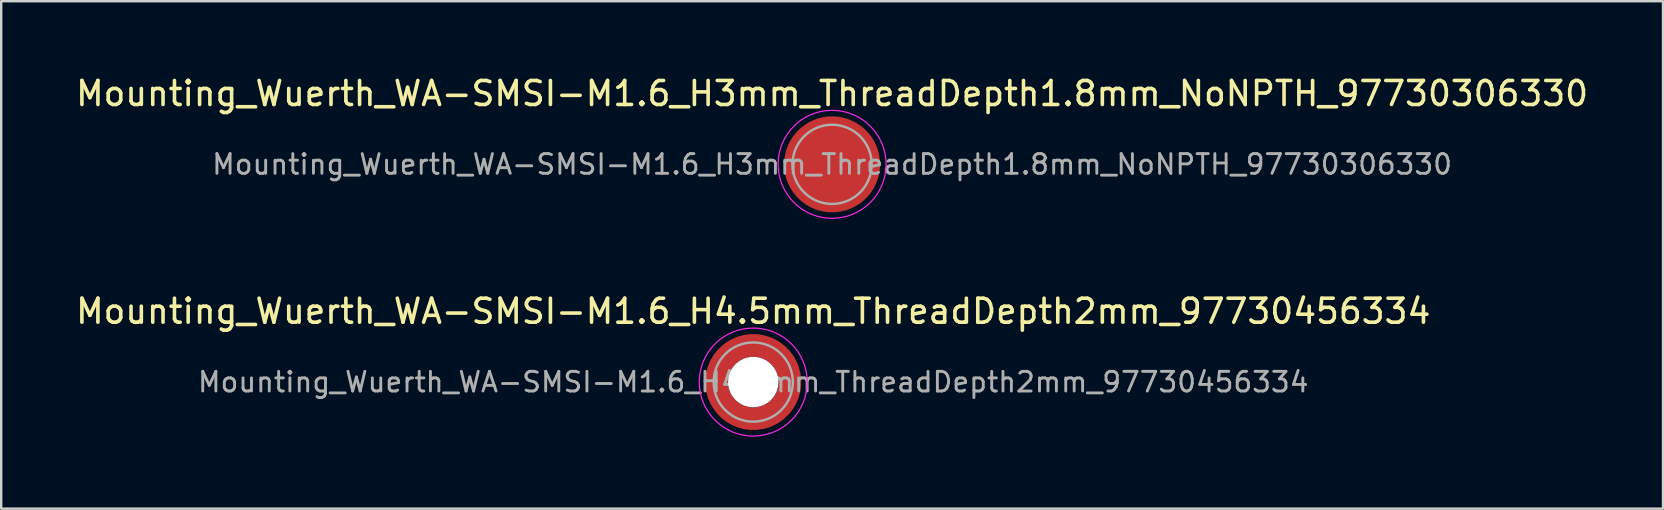
<source format=kicad_pcb>
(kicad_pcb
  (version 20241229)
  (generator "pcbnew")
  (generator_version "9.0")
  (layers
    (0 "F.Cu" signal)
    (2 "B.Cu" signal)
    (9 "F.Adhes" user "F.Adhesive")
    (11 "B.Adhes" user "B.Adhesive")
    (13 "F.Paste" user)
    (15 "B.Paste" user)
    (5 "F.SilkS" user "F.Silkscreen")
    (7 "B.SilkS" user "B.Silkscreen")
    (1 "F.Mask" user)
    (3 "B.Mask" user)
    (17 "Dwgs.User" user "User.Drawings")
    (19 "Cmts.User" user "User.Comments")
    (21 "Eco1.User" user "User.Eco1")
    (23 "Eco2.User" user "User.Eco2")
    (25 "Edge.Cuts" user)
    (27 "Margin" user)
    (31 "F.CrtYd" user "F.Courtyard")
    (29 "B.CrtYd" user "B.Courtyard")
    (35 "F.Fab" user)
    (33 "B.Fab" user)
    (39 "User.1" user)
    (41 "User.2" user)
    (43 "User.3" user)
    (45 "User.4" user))
  (footprint "Mounting_Wuerth_WA-SMSI-M1.6_H4.5mm_ThreadDepth2mm_97730456334"
    (layer "F.Cu")
    (at 28.339 12.871)
    (property "Reference" "Mounting_Wuerth_WA-SMSI-M1.6_H4.5mm_ThreadDepth2mm_97730456334" (at 0 -2.95 0) (layer "F.SilkS") (effects (font (size 1 1) (thickness 0.15))))
    (property "Mouser Part no." "" (at 0 0 0) (layer "F.Fab") (effects (font (size 1.27 1.27) (thickness 0.15))))
    (property "Mouser link" "" (at 0 0 0) (layer "F.Fab") (effects (font (size 1.27 1.27) (thickness 0.15))))
    (attr smd)
    (fp_circle (center 0 0) (end 2.25 0) (stroke (width 0.05) (type solid)) (fill no) (layer "F.CrtYd"))
    (fp_circle (center 0 0) (end 1.65 0) (stroke (width 0.1) (type solid)) (fill no) (layer "F.Fab"))
    (fp_text user "${REFERENCE}" (at 0 0 0) (layer "F.Fab") (effects (font (size 0.82 0.82) (thickness 0.12))))
    (pad "" smd custom (at -1.061 -1.061) (size 0.4 0.4) (layers "F.Paste") (options (anchor circle)) (primitives (gr_arc (start -0.101235 0.76066) (mid 0.211799 0.212465) (end 0.759748 -0.100999) (width 0.2)) (gr_arc (start -0.204251 0.76066) (mid 0.141299 0.141544) (end 0.760323 -0.204171) (width 0.2)) (gr_arc (start -0.306819 0.76066) (mid 0.070255 0.071167) (end 0.759401 -0.306542) (width 0.2)) (gr_arc (start -0.409034 0.76066) (mid -0.000242 0.000241) (end 0.759991 -0.408897) (width 0.2)) (gr_arc (start -0.510963 0.76066) (mid -0.071561 -0.06986) (end 0.758297 -0.51051) (width 0.2)) (gr_arc (start -0.61266 0.76066) (mid -0.142171 -0.140671) (end 0.758572 -0.612284) (width 0.2)) (gr_arc (start -0.714164 0.76066) (mid -0.212264 -0.212) (end 0.760292 -0.714102) (width 0.2)) (gr_line (start 0.761 -0.101) (end 0.761 -0.714) (width 0.2)) (gr_line (start -0.101 0.761) (end -0.714 0.761) (width 0.2))))
    (pad "" smd custom (at -1.061 1.061) (size 0.4 0.4) (layers "F.Paste") (options (anchor circle)) (primitives (gr_arc (start 0.76066 0.101235) (mid 0.212465 -0.211799) (end -0.100999 -0.759748) (width 0.2)) (gr_arc (start 0.76066 0.204251) (mid 0.141544 -0.141299) (end -0.204171 -0.760323) (width 0.2)) (gr_arc (start 0.76066 0.306819) (mid 0.071167 -0.070255) (end -0.306542 -0.759401) (width 0.2)) (gr_arc (start 0.76066 0.409034) (mid 0.000241 0.000242) (end -0.408897 -0.759991) (width 0.2)) (gr_arc (start 0.76066 0.510963) (mid -0.06986 0.071561) (end -0.51051 -0.758297) (width 0.2)) (gr_arc (start 0.76066 0.61266) (mid -0.140671 0.142171) (end -0.612284 -0.758572) (width 0.2)) (gr_arc (start 0.76066 0.714164) (mid -0.212 0.212264) (end -0.714102 -0.760292) (width 0.2)) (gr_line (start -0.101 -0.761) (end -0.714 -0.761) (width 0.2)) (gr_line (start 0.761 0.101) (end 0.761 0.714) (width 0.2))))
    (pad "" np_thru_hole circle (at 0 0) (size 2.1 2.1) (drill 2.1) (layers "*.Cu" "*.Mask"))
    (pad "" smd custom (at 1.061 -1.061) (size 0.4 0.4) (layers "F.Paste") (options (anchor circle)) (primitives (gr_arc (start -0.76066 -0.101235) (mid -0.212465 0.211799) (end 0.100999 0.759748) (width 0.2)) (gr_arc (start -0.76066 -0.204251) (mid -0.141544 0.141299) (end 0.204171 0.760323) (width 0.2)) (gr_arc (start -0.76066 -0.306819) (mid -0.071167 0.070255) (end 0.306542 0.759401) (width 0.2)) (gr_arc (start -0.76066 -0.409034) (mid -0.000241 -0.000242) (end 0.408897 0.759991) (width 0.2)) (gr_arc (start -0.76066 -0.510963) (mid 0.06986 -0.071561) (end 0.51051 0.758297) (width 0.2)) (gr_arc (start -0.76066 -0.61266) (mid 0.140671 -0.142171) (end 0.612284 0.758572) (width 0.2)) (gr_arc (start -0.76066 -0.714164) (mid 0.212 -0.212264) (end 0.714102 0.760292) (width 0.2)) (gr_line (start 0.101 0.761) (end 0.714 0.761) (width 0.2)) (gr_line (start -0.761 -0.101) (end -0.761 -0.714) (width 0.2))))
    (pad "" smd custom (at 1.061 1.061) (size 0.4 0.4) (layers "F.Paste") (options (anchor circle)) (primitives (gr_arc (start 0.101235 -0.76066) (mid -0.211799 -0.212465) (end -0.759748 0.100999) (width 0.2)) (gr_arc (start 0.204251 -0.76066) (mid -0.141299 -0.141544) (end -0.760323 0.204171) (width 0.2)) (gr_arc (start 0.306819 -0.76066) (mid -0.070255 -0.071167) (end -0.759401 0.306542) (width 0.2)) (gr_arc (start 0.409034 -0.76066) (mid 0.000242 -0.000241) (end -0.759991 0.408897) (width 0.2)) (gr_arc (start 0.510963 -0.76066) (mid 0.071561 0.06986) (end -0.758297 0.51051) (width 0.2)) (gr_arc (start 0.61266 -0.76066) (mid 0.142171 0.140671) (end -0.758572 0.612284) (width 0.2)) (gr_arc (start 0.714164 -0.76066) (mid 0.212264 0.212) (end -0.760292 0.714102) (width 0.2)) (gr_line (start -0.761 0.101) (end -0.761 0.714) (width 0.2)) (gr_line (start 0.101 -0.761) (end 0.714 -0.761) (width 0.2))))
    (pad "1" smd circle (at -1.525 0) (size 0.55 0.55) (layers "F.Cu"))
    (pad "1" smd circle (at 0 -1.525) (size 0.55 0.55) (layers "F.Cu"))
    (pad "1" smd circle (at 0 1.525) (size 0.55 0.55) (layers "F.Cu"))
    (pad "1" smd custom (at 1.525 0) (size 0.55 0.55) (layers "F.Cu" "F.Mask") (options (anchor circle)) (primitives (gr_circle (center -1.525 0) (end 0 0) (width 0.95) (fill no)))))
  (footprint "Mounting_Wuerth_WA-SMSI-M1.6_H3mm_ThreadDepth1.8mm_NoNPTH_97730306330"
    (layer "F.Cu")
    (at 31.625 3.798)
    (property "Reference" "Mounting_Wuerth_WA-SMSI-M1.6_H3mm_ThreadDepth1.8mm_NoNPTH_97730306330" (at 0 -2.95 0) (layer "F.SilkS") (effects (font (size 1 1) (thickness 0.15))))
    (property "Mouser Part no." "" (at 0 0 0) (layer "F.Fab") (effects (font (size 1.27 1.27) (thickness 0.15))))
    (property "Mouser link" "" (at 0 0 0) (layer "F.Fab") (effects (font (size 1.27 1.27) (thickness 0.15))))
    (attr smd)
    (fp_circle (center 0 0) (end 2.25 0) (stroke (width 0.05) (type solid)) (fill no) (layer "F.CrtYd"))
    (fp_circle (center 0 0) (end 1.65 0) (stroke (width 0.1) (type solid)) (fill no) (layer "F.Fab"))
    (fp_text user "${REFERENCE}" (at 0 0 0) (layer "F.Fab") (effects (font (size 0.82 0.82) (thickness 0.12))))
    (pad "" smd custom (at -0.778 -0.778) (size 1.2 1.2) (layers "F.Paste") (options (anchor circle)) (primitives (gr_arc (start 0.465568 0.527817) (mid 0.494887 0.495062) (end 0.527624 0.465723) (width 0.2)) (gr_arc (start 0.344805 0.527817) (mid 0.424264 0.424264) (end 0.527818 0.344805) (width 0.2)) (gr_arc (start 0.232382 0.527817) (mid 0.353364 0.353743) (end 0.527329 0.232606) (width 0.2)) (gr_arc (start 0.123983 0.527817) (mid 0.282626 0.28306) (end 0.527243 0.124203) (width 0.2)) (gr_arc (start 0.017883 0.527817) (mid 0.211737 0.212527) (end 0.526755 0.018233) (width 0.2)) (gr_arc (start -0.086763 0.527817) (mid 0.141173 0.14167) (end 0.527142 -0.086568) (width 0.2)) (gr_arc (start -0.190428 0.527817) (mid 0.070433 0.070988) (end 0.527057 -0.190232) (width 0.2)) (gr_arc (start -0.293397 0.527817) (mid -0.000182 0.000182) (end 0.527315 -0.29328) (width 0.2)) (gr_arc (start -0.395852 0.527817) (mid -0.071085 -0.070336) (end 0.526781 -0.395631) (width 0.2)) (gr_arc (start -0.497918 0.527817) (mid -0.141622 -0.141221) (end 0.52726 -0.497809) (width 0.2)) (gr_arc (start -0.59968 0.527817) (mid -0.212364 -0.2119) (end 0.527171 -0.599563) (width 0.2)) (gr_arc (start -0.701202 0.527817) (mid -0.282952 -0.282733) (end 0.527511 -0.70115) (width 0.2)) (gr_arc (start -0.802531 0.527817) (mid -0.353765 -0.353343) (end 0.527227 -0.802438) (width 0.2)) (gr_arc (start -0.9037 0.527817) (mid -0.425176 -0.423352) (end 0.525265 -0.903319) (width 0.2)) (gr_arc (start -1.004737 0.527817) (mid -0.49534 -0.49461) (end 0.526794 -1.004593) (width 0.2)) (gr_line (start 0.528 0.466) (end 0.528 -1.005) (width 0.2)) (gr_line (start 0.466 0.528) (end -1.005 0.528) (width 0.2))))
    (pad "" smd custom (at -0.778 0.778) (size 1.2 1.2) (layers "F.Paste") (options (anchor circle)) (primitives (gr_arc (start 0.527817 -0.465568) (mid 0.495062 -0.494887) (end 0.465723 -0.527624) (width 0.2)) (gr_arc (start 0.527817 -0.344805) (mid 0.424264 -0.424264) (end 0.344805 -0.527818) (width 0.2)) (gr_arc (start 0.527817 -0.232382) (mid 0.353743 -0.353364) (end 0.232606 -0.527329) (width 0.2)) (gr_arc (start 0.527817 -0.123983) (mid 0.28306 -0.282626) (end 0.124203 -0.527243) (width 0.2)) (gr_arc (start 0.527817 -0.017883) (mid 0.212527 -0.211737) (end 0.018233 -0.526755) (width 0.2)) (gr_arc (start 0.527817 0.086763) (mid 0.14167 -0.141173) (end -0.086568 -0.527142) (width 0.2)) (gr_arc (start 0.527817 0.190428) (mid 0.070988 -0.070433) (end -0.190232 -0.527057) (width 0.2)) (gr_arc (start 0.527817 0.293397) (mid 0.000182 0.000182) (end -0.29328 -0.527315) (width 0.2)) (gr_arc (start 0.527817 0.395852) (mid -0.070336 0.071085) (end -0.395631 -0.526781) (width 0.2)) (gr_arc (start 0.527817 0.497918) (mid -0.141221 0.141622) (end -0.497809 -0.52726) (width 0.2)) (gr_arc (start 0.527817 0.59968) (mid -0.2119 0.212364) (end -0.599563 -0.527171) (width 0.2)) (gr_arc (start 0.527817 0.701202) (mid -0.282733 0.282952) (end -0.70115 -0.527511) (width 0.2)) (gr_arc (start 0.527817 0.802531) (mid -0.353343 0.353765) (end -0.802438 -0.527227) (width 0.2)) (gr_arc (start 0.527817 0.9037) (mid -0.423352 0.425176) (end -0.903319 -0.525265) (width 0.2)) (gr_arc (start 0.527817 1.004737) (mid -0.49461 0.49534) (end -1.004593 -0.526794) (width 0.2)) (gr_line (start 0.466 -0.528) (end -1.005 -0.528) (width 0.2)) (gr_line (start 0.528 -0.466) (end 0.528 1.005) (width 0.2))))
    (pad "" smd custom (at 0.778 -0.778) (size 1.2 1.2) (layers "F.Paste") (options (anchor circle)) (primitives (gr_arc (start -0.527817 0.465568) (mid -0.495062 0.494887) (end -0.465723 0.527624) (width 0.2)) (gr_arc (start -0.527817 0.344805) (mid -0.424264 0.424264) (end -0.344805 0.527818) (width 0.2)) (gr_arc (start -0.527817 0.232382) (mid -0.353743 0.353364) (end -0.232606 0.527329) (width 0.2)) (gr_arc (start -0.527817 0.123983) (mid -0.28306 0.282626) (end -0.124203 0.527243) (width 0.2)) (gr_arc (start -0.527817 0.017883) (mid -0.212527 0.211737) (end -0.018233 0.526755) (width 0.2)) (gr_arc (start -0.527817 -0.086763) (mid -0.14167 0.141173) (end 0.086568 0.527142) (width 0.2)) (gr_arc (start -0.527817 -0.190428) (mid -0.070988 0.070433) (end 0.190232 0.527057) (width 0.2)) (gr_arc (start -0.527817 -0.293397) (mid -0.000182 -0.000182) (end 0.29328 0.527315) (width 0.2)) (gr_arc (start -0.527817 -0.395852) (mid 0.070336 -0.071085) (end 0.395631 0.526781) (width 0.2)) (gr_arc (start -0.527817 -0.497918) (mid 0.141221 -0.141622) (end 0.497809 0.52726) (width 0.2)) (gr_arc (start -0.527817 -0.59968) (mid 0.2119 -0.212364) (end 0.599563 0.527171) (width 0.2)) (gr_arc (start -0.527817 -0.701202) (mid 0.282733 -0.282952) (end 0.70115 0.527511) (width 0.2)) (gr_arc (start -0.527817 -0.802531) (mid 0.353343 -0.353765) (end 0.802438 0.527227) (width 0.2)) (gr_arc (start -0.527817 -0.9037) (mid 0.423352 -0.425176) (end 0.903319 0.525265) (width 0.2)) (gr_arc (start -0.527817 -1.004737) (mid 0.49461 -0.49534) (end 1.004593 0.526794) (width 0.2)) (gr_line (start -0.466 0.528) (end 1.005 0.528) (width 0.2)) (gr_line (start -0.528 0.466) (end -0.528 -1.005) (width 0.2))))
    (pad "" smd custom (at 0.778 0.778) (size 1.2 1.2) (layers "F.Paste") (options (anchor circle)) (primitives (gr_arc (start -0.465568 -0.527817) (mid -0.494887 -0.495062) (end -0.527624 -0.465723) (width 0.2)) (gr_arc (start -0.344805 -0.527817) (mid -0.424264 -0.424264) (end -0.527818 -0.344805) (width 0.2)) (gr_arc (start -0.232382 -0.527817) (mid -0.353364 -0.353743) (end -0.527329 -0.232606) (width 0.2)) (gr_arc (start -0.123983 -0.527817) (mid -0.282626 -0.28306) (end -0.527243 -0.124203) (width 0.2)) (gr_arc (start -0.017883 -0.527817) (mid -0.211737 -0.212527) (end -0.526755 -0.018233) (width 0.2)) (gr_arc (start 0.086763 -0.527817) (mid -0.141173 -0.14167) (end -0.527142 0.086568) (width 0.2)) (gr_arc (start 0.190428 -0.527817) (mid -0.070433 -0.070988) (end -0.527057 0.190232) (width 0.2)) (gr_arc (start 0.293397 -0.527817) (mid 0.000182 -0.000182) (end -0.527315 0.29328) (width 0.2)) (gr_arc (start 0.395852 -0.527817) (mid 0.071085 0.070336) (end -0.526781 0.395631) (width 0.2)) (gr_arc (start 0.497918 -0.527817) (mid 0.141622 0.141221) (end -0.52726 0.497809) (width 0.2)) (gr_arc (start 0.59968 -0.527817) (mid 0.212364 0.2119) (end -0.527171 0.599563) (width 0.2)) (gr_arc (start 0.701202 -0.527817) (mid 0.282952 0.282733) (end -0.527511 0.70115) (width 0.2)) (gr_arc (start 0.802531 -0.527817) (mid 0.353765 0.353343) (end -0.527227 0.802438) (width 0.2)) (gr_arc (start 0.9037 -0.527817) (mid 0.425176 0.423352) (end -0.525265 0.903319) (width 0.2)) (gr_arc (start 1.004737 -0.527817) (mid 0.49534 0.49461) (end -0.526794 1.004593) (width 0.2)) (gr_line (start -0.528 -0.466) (end -0.528 1.005) (width 0.2)) (gr_line (start -0.466 -0.528) (end 1.005 -0.528) (width 0.2))))
    (pad "1" smd circle (at 0 0) (size 4 4) (layers "F.Cu" "F.Mask")))
  (gr_rect
    (start -3 -3)
    (end 66.25 18.146)
    (stroke (width 0.1) (type default))
    (fill no)
    (layer "Edge.Cuts")))
</source>
